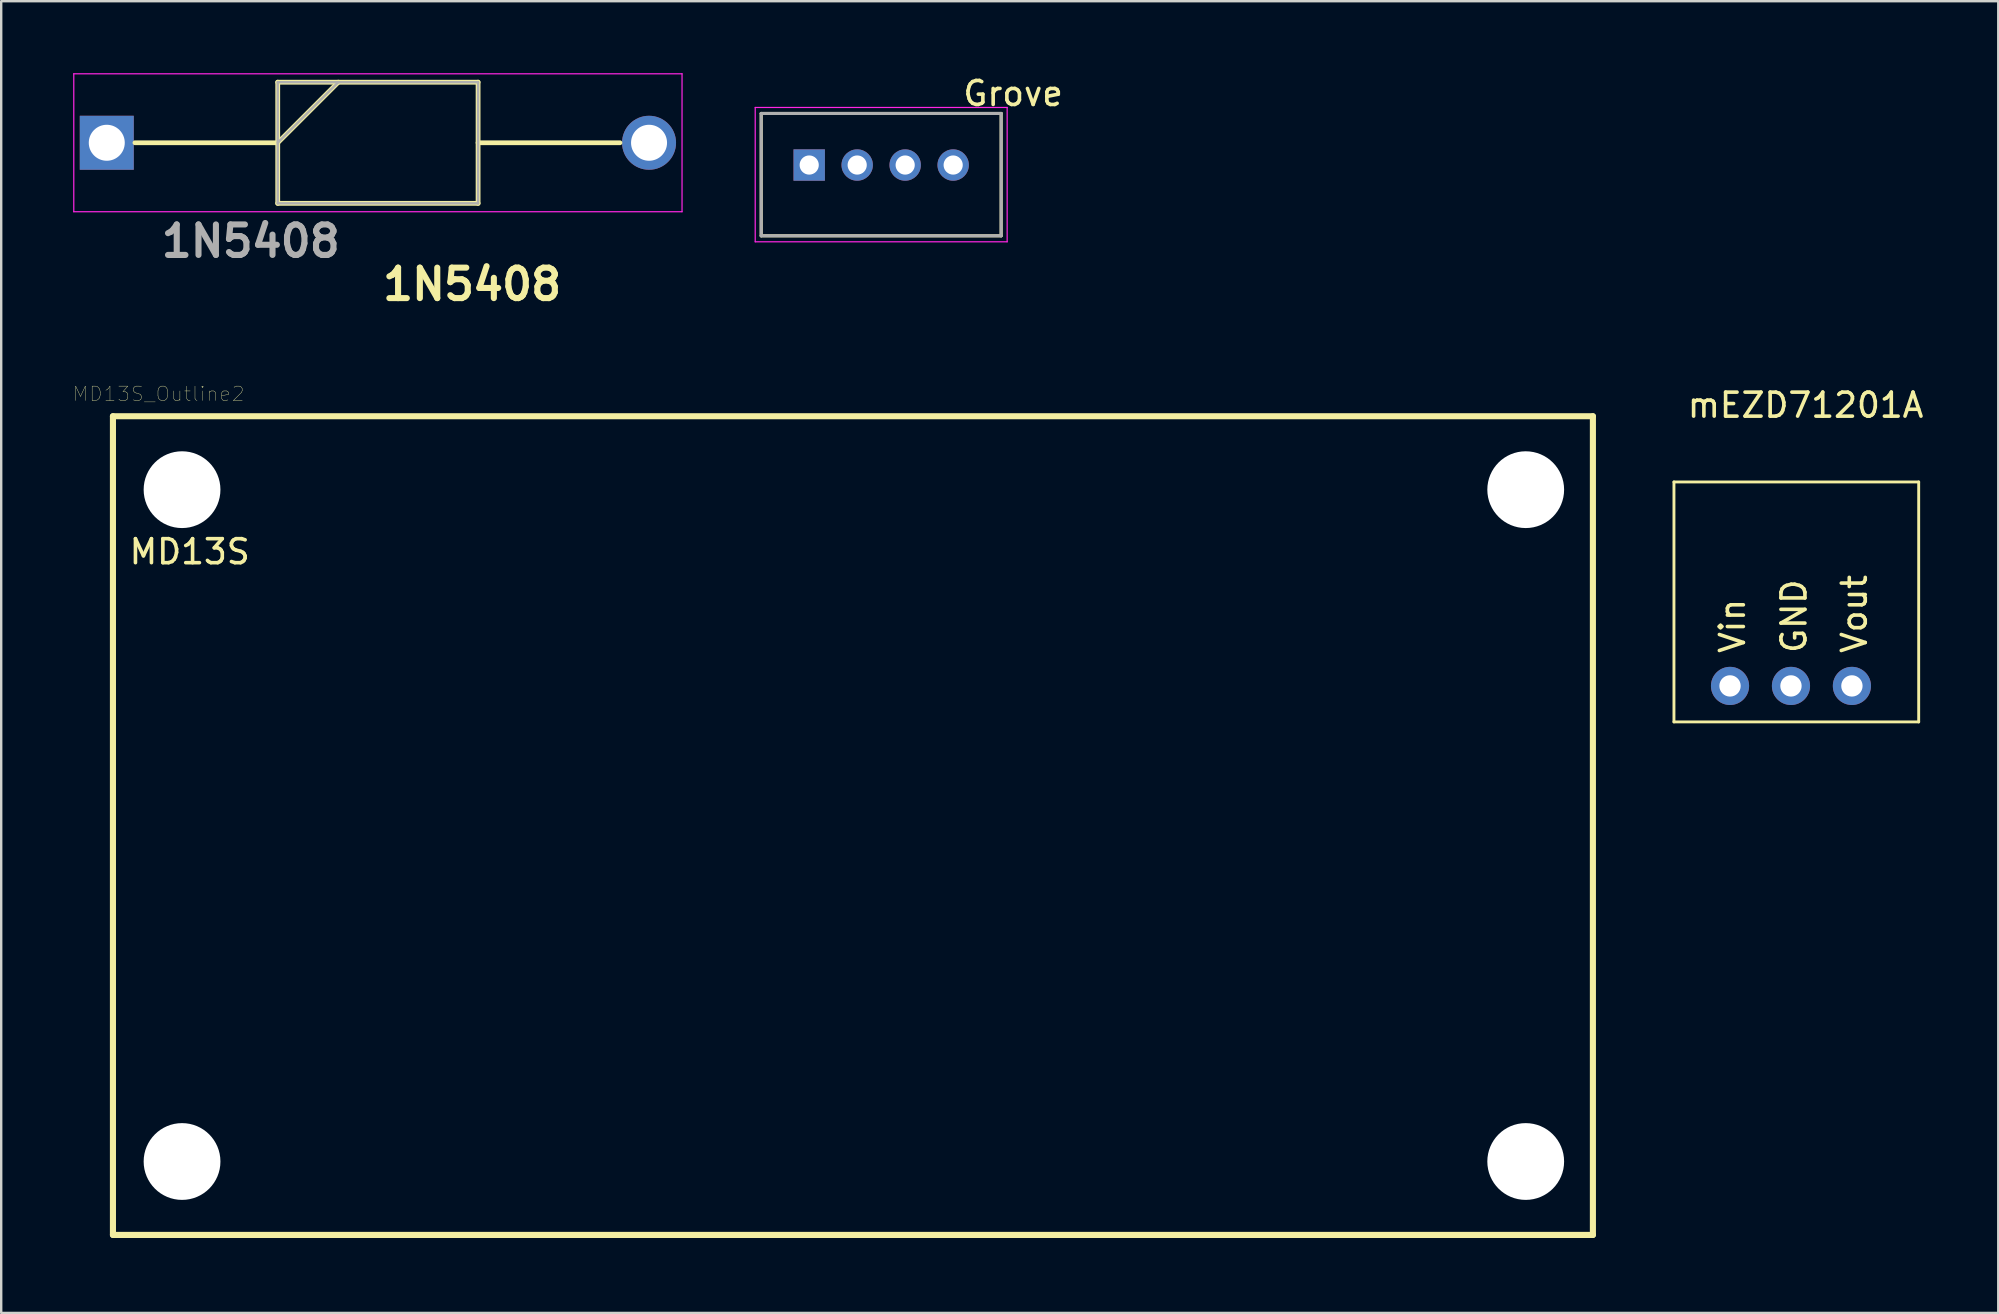
<source format=kicad_pcb>
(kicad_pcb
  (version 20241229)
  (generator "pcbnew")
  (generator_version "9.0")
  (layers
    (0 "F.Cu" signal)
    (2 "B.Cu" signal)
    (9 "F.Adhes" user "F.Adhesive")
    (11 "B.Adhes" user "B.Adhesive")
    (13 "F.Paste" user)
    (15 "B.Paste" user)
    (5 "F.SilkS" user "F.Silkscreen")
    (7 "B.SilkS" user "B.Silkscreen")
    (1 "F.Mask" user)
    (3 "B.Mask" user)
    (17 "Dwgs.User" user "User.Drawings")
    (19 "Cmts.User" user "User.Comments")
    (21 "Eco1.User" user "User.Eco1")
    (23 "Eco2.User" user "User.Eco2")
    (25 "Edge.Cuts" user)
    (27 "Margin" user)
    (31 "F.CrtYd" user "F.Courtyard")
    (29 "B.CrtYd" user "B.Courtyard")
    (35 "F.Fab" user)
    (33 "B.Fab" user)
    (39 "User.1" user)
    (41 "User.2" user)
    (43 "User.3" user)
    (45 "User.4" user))
  (footprint "MD13S_Outline2"
    (layer "F.Cu")
    (at 1.657 48.418)
    (property "Reference" "MD13S_Outline2" (at 1.905 -35.052 0) (layer "F.SilkS") (effects (font (size 0.6 0.6) (thickness 0.015))))
    (attr through_hole)
    (fp_line (start 0 -34.12) (end 61.68 -34.12) (stroke (width 0.254) (type solid)) (layer "F.SilkS"))
    (fp_line (start 0 0) (end 0 -34.12) (stroke (width 0.254) (type solid)) (layer "F.SilkS"))
    (fp_line (start 0 0) (end 61.68 0) (stroke (width 0.254) (type solid)) (layer "F.SilkS"))
    (fp_line (start 61.68 0) (end 61.68 -34.12) (stroke (width 0.254) (type solid)) (layer "F.SilkS"))
    (fp_text user "MD13S" (at 3.2 -28.473 0) (layer "F.SilkS") (effects (font (size 1 1) (thickness 0.15))))
    (pad "" np_thru_hole circle (at 2.88 -31.06) (size 3.2 3.2) (drill 3.2) (layers "*.Cu" "*.Mask"))
    (pad "" np_thru_hole circle (at 2.88 -3.06) (size 3.2 3.2) (drill 3.2) (layers "*.Cu" "*.Mask"))
    (pad "" np_thru_hole circle (at 58.88 -31.06) (size 3.2 3.2) (drill 3.2) (layers "*.Cu" "*.Mask"))
    (pad "" np_thru_hole circle (at 58.88 -3.06) (size 3.2 3.2) (drill 3.2) (layers "*.Cu" "*.Mask")))
  (footprint "1N5408"
    (layer "F.Cu")
    (at 1.4 2.9)
    (property "Reference" "1N5408" (at 15.225 5.9 0) (layer "F.SilkS") (effects (font (size 1.27 1.27) (thickness 0.254))))
    (attr through_hole)
    (fp_line (start 1.175 0) (end 7.087 0) (stroke (width 0.2) (type solid)) (layer "F.SilkS"))
    (fp_line (start 7.125 -2.525) (end 15.475 -2.525) (stroke (width 0.2) (type solid)) (layer "F.SilkS"))
    (fp_line (start 7.125 0) (end 9.65 -2.525) (stroke (width 0.2) (type solid)) (layer "F.SilkS"))
    (fp_line (start 7.125 2.525) (end 7.125 -2.525) (stroke (width 0.2) (type solid)) (layer "F.SilkS"))
    (fp_line (start 15.475 -2.525) (end 15.475 2.525) (stroke (width 0.2) (type solid)) (layer "F.SilkS"))
    (fp_line (start 15.475 0) (end 21.387 0) (stroke (width 0.2) (type solid)) (layer "F.SilkS"))
    (fp_line (start 15.475 2.525) (end 7.125 2.525) (stroke (width 0.2) (type solid)) (layer "F.SilkS"))
    (fp_line (start -1.375 -2.875) (end 23.975 -2.875) (stroke (width 0.05) (type solid)) (layer "F.CrtYd"))
    (fp_line (start -1.375 2.875) (end -1.375 -2.875) (stroke (width 0.05) (type solid)) (layer "F.CrtYd"))
    (fp_line (start 23.975 -2.875) (end 23.975 2.875) (stroke (width 0.05) (type solid)) (layer "F.CrtYd"))
    (fp_line (start 23.975 2.875) (end -1.375 2.875) (stroke (width 0.05) (type solid)) (layer "F.CrtYd"))
    (fp_line (start 7.125 -2.525) (end 15.475 -2.525) (stroke (width 0.1) (type solid)) (layer "F.Fab"))
    (fp_line (start 7.125 0) (end 9.65 -2.525) (stroke (width 0.1) (type solid)) (layer "F.Fab"))
    (fp_line (start 7.125 2.525) (end 7.125 -2.525) (stroke (width 0.1) (type solid)) (layer "F.Fab"))
    (fp_line (start 15.475 -2.525) (end 15.475 2.525) (stroke (width 0.1) (type solid)) (layer "F.Fab"))
    (fp_line (start 15.475 2.525) (end 7.125 2.525) (stroke (width 0.1) (type solid)) (layer "F.Fab"))
    (fp_text user "${REFERENCE}" (at 6 4.1 0) (layer "F.Fab") (effects (font (size 1.27 1.27) (thickness 0.254))))
    (pad "1" thru_hole rect (at 0 0) (size 2.25 2.25) (drill 1.5) (layers "*.Cu" "*.Mask"))
    (pad "2" thru_hole circle (at 22.6 0) (size 2.25 2.25) (drill 1.5) (layers "*.Cu" "*.Mask")))
  (footprint "Grove"
    (layer "F.Cu")
    (at 33.675 3.828)
    (property "Reference" "Grove" (at 5.5 -2.98 180) (layer "F.SilkS") (effects (font (size 1 1) (thickness 0.15))))
    (attr through_hole)
    (fp_line (start -5 -2.15) (end 5 -2.15) (stroke (width 0.127) (type solid)) (layer "F.SilkS"))
    (fp_line (start -5 2.95) (end -5 -2.15) (stroke (width 0.127) (type solid)) (layer "F.SilkS"))
    (fp_line (start 5 -2.15) (end 5 2.95) (stroke (width 0.127) (type solid)) (layer "F.SilkS"))
    (fp_line (start 5 2.95) (end -5 2.95) (stroke (width 0.127) (type solid)) (layer "F.SilkS"))
    (fp_line (start -5.25 -2.4) (end 5.25 -2.4) (stroke (width 0.05) (type solid)) (layer "F.CrtYd"))
    (fp_line (start -5.25 3.2) (end -5.25 -2.4) (stroke (width 0.05) (type solid)) (layer "F.CrtYd"))
    (fp_line (start 5.25 -2.4) (end 5.25 3.2) (stroke (width 0.05) (type solid)) (layer "F.CrtYd"))
    (fp_line (start 5.25 3.2) (end -5.25 3.2) (stroke (width 0.05) (type solid)) (layer "F.CrtYd"))
    (fp_line (start -5 -2.15) (end 5 -2.15) (stroke (width 0.127) (type solid)) (layer "F.Fab"))
    (fp_line (start -5 2.95) (end -5 -2.15) (stroke (width 0.127) (type solid)) (layer "F.Fab"))
    (fp_line (start 5 -2.15) (end 5 2.95) (stroke (width 0.127) (type solid)) (layer "F.Fab"))
    (fp_line (start 5 2.95) (end -5 2.95) (stroke (width 0.127) (type solid)) (layer "F.Fab"))
    (pad "1" thru_hole rect (at -3 0) (size 1.308 1.308) (drill 0.8) (layers "*.Cu" "*.Mask"))
    (pad "2" thru_hole circle (at -1 0) (size 1.308 1.308) (drill 0.8) (layers "*.Cu" "*.Mask"))
    (pad "3" thru_hole circle (at 1 0) (size 1.308 1.308) (drill 0.8) (layers "*.Cu" "*.Mask"))
    (pad "4" thru_hole circle (at 3 0) (size 1.308 1.308) (drill 0.8) (layers "*.Cu" "*.Mask")))
  (footprint "mEZD71201A"
    (layer "F.Cu")
    (at 66.715 17.037)
    (property "Reference" "mEZD71201A" (at 5.486 -3.2 180) (layer "F.SilkS") (effects (font (size 1 1) (thickness 0.15))))
    (attr through_hole)
    (fp_line (start 0 0) (end 0 10) (stroke (width 0.12) (type solid)) (layer "F.SilkS"))
    (fp_line (start 0 0) (end 10.2 0) (stroke (width 0.12) (type solid)) (layer "F.SilkS"))
    (fp_line (start 0 10) (end 10.2 10) (stroke (width 0.12) (type solid)) (layer "F.SilkS"))
    (fp_line (start 10.2 0) (end 10.2 10) (stroke (width 0.12) (type solid)) (layer "F.SilkS"))
    (fp_text user "Vin" (at 2.438 6 270) (layer "F.SilkS") (effects (font (size 1 1) (thickness 0.15))))
    (fp_text user "GND" (at 5.004 5.595 270) (layer "F.SilkS") (effects (font (size 1 1) (thickness 0.15))))
    (fp_text user "Vout" (at 7.518 5.5 270) (layer "F.SilkS") (effects (font (size 1 1) (thickness 0.15))))
    (pad "1" thru_hole circle (at 2.337 8.5 90) (size 1.59 1.59) (drill 0.89) (layers "*.Cu" "*.Mask"))
    (pad "2" thru_hole circle (at 4.877 8.5 90) (size 1.59 1.59) (drill 0.89) (layers "*.Cu" "*.Mask"))
    (pad "3" thru_hole circle (at 7.417 8.5 90) (size 1.59 1.59) (drill 0.89) (layers "*.Cu" "*.Mask")))
  (gr_rect
    (start -3 -3)
    (end 80.231 51.668)
    (stroke (width 0.1) (type default))
    (fill no)
    (layer "Edge.Cuts")))
</source>
